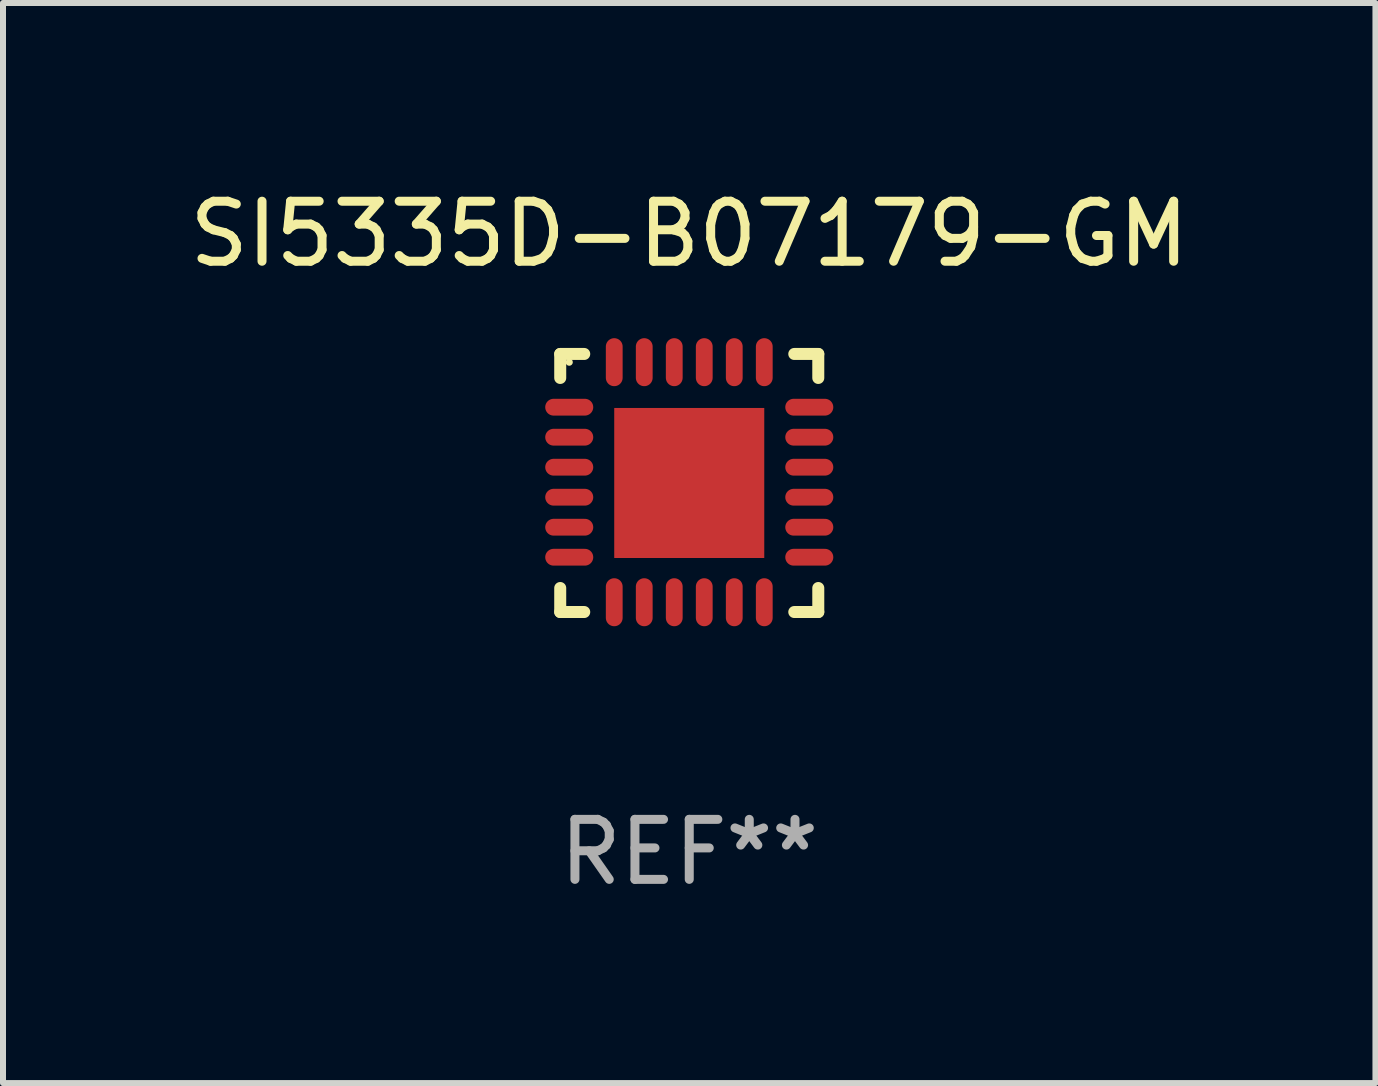
<source format=kicad_pcb>
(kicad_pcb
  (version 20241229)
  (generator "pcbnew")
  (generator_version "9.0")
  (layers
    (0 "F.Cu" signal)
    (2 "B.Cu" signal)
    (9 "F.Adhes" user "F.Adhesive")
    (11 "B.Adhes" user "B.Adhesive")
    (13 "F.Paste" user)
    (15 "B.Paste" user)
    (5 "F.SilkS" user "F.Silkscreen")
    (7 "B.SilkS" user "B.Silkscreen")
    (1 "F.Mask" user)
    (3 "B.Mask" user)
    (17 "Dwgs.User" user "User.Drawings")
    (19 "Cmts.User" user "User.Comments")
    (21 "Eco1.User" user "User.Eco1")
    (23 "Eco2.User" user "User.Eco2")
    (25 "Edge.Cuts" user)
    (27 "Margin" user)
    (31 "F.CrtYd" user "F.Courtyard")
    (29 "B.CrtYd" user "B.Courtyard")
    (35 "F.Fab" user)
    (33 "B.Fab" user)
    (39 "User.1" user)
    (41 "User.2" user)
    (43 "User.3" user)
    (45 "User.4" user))
  (footprint "SI5335D-B07179-GM"
    (layer "F.Cu")
    (at 8.435 4.998)
    (property "Reference" "SI5335D-B07179-GM" (at 0 -4.15 0) (layer "F.SilkS") (effects (font (size 1 1) (thickness 0.15))))
    (attr through_hole)
    (fp_line (start -2.15 -2.15) (end -1.75 -2.15) (stroke (width 0.2) (type solid)) (layer "F.SilkS"))
    (fp_line (start -2.15 -1.75) (end -2.15 -2.15) (stroke (width 0.2) (type solid)) (layer "F.SilkS"))
    (fp_line (start -2.15 2.15) (end -2.15 1.75) (stroke (width 0.2) (type solid)) (layer "F.SilkS"))
    (fp_line (start -1.75 2.15) (end -2.15 2.15) (stroke (width 0.2) (type solid)) (layer "F.SilkS"))
    (fp_line (start 1.75 -2.15) (end 2.15 -2.15) (stroke (width 0.2) (type solid)) (layer "F.SilkS"))
    (fp_line (start 1.75 2.15) (end 2.15 2.15) (stroke (width 0.2) (type solid)) (layer "F.SilkS"))
    (fp_line (start 2.15 -2.15) (end 2.15 -1.75) (stroke (width 0.2) (type solid)) (layer "F.SilkS"))
    (fp_line (start 2.15 2.15) (end 2.15 1.75) (stroke (width 0.2) (type solid)) (layer "F.SilkS"))
    (fp_circle (center -2 -2.013) (end -1.97 -2.013) (stroke (width 0.06) (type solid)) (fill no) (layer "F.SilkS"))
    (fp_text user "REF**" (at 0 6.15 0) (layer "F.Fab") (effects (font (size 1 1) (thickness 0.15))))
    (pad "1" smd oval (at -2 -1.263) (size 0.8 0.28) (layers "F.Cu" "F.Mask" "F.Paste"))
    (pad "2" smd oval (at -2 -0.763) (size 0.8 0.28) (layers "F.Cu" "F.Mask" "F.Paste"))
    (pad "3" smd oval (at -2 -0.263) (size 0.8 0.28) (layers "F.Cu" "F.Mask" "F.Paste"))
    (pad "4" smd oval (at -2 0.237) (size 0.8 0.28) (layers "F.Cu" "F.Mask" "F.Paste"))
    (pad "5" smd oval (at -2 0.737) (size 0.8 0.28) (layers "F.Cu" "F.Mask" "F.Paste"))
    (pad "6" smd oval (at -2 1.237) (size 0.8 0.28) (layers "F.Cu" "F.Mask" "F.Paste"))
    (pad "7" smd oval (at -1.25 1.987) (size 0.28 0.8) (layers "F.Cu" "F.Mask" "F.Paste"))
    (pad "8" smd oval (at -0.75 1.987) (size 0.28 0.8) (layers "F.Cu" "F.Mask" "F.Paste"))
    (pad "9" smd oval (at -0.25 1.987) (size 0.28 0.8) (layers "F.Cu" "F.Mask" "F.Paste"))
    (pad "10" smd oval (at 0.25 1.987) (size 0.28 0.8) (layers "F.Cu" "F.Mask" "F.Paste"))
    (pad "11" smd oval (at 0.75 1.987) (size 0.28 0.8) (layers "F.Cu" "F.Mask" "F.Paste"))
    (pad "12" smd oval (at 1.25 1.987) (size 0.28 0.8) (layers "F.Cu" "F.Mask" "F.Paste"))
    (pad "13" smd oval (at 2 1.237) (size 0.8 0.28) (layers "F.Cu" "F.Mask" "F.Paste"))
    (pad "14" smd oval (at 2 0.737) (size 0.8 0.28) (layers "F.Cu" "F.Mask" "F.Paste"))
    (pad "15" smd oval (at 2 0.237) (size 0.8 0.28) (layers "F.Cu" "F.Mask" "F.Paste"))
    (pad "16" smd oval (at 2 -0.263) (size 0.8 0.28) (layers "F.Cu" "F.Mask" "F.Paste"))
    (pad "17" smd oval (at 2 -0.763) (size 0.8 0.28) (layers "F.Cu" "F.Mask" "F.Paste"))
    (pad "18" smd oval (at 2 -1.263) (size 0.8 0.28) (layers "F.Cu" "F.Mask" "F.Paste"))
    (pad "19" smd oval (at 1.25 -2.013) (size 0.28 0.8) (layers "F.Cu" "F.Mask" "F.Paste"))
    (pad "20" smd oval (at 0.75 -2.013) (size 0.28 0.8) (layers "F.Cu" "F.Mask" "F.Paste"))
    (pad "21" smd oval (at 0.25 -2.013) (size 0.28 0.8) (layers "F.Cu" "F.Mask" "F.Paste"))
    (pad "22" smd oval (at -0.25 -2.013) (size 0.28 0.8) (layers "F.Cu" "F.Mask" "F.Paste"))
    (pad "23" smd oval (at -0.75 -2.013) (size 0.28 0.8) (layers "F.Cu" "F.Mask" "F.Paste"))
    (pad "24" smd oval (at -1.25 -2.013) (size 0.28 0.8) (layers "F.Cu" "F.Mask" "F.Paste"))
    (pad "25" smd rect (at -0.000102 -0.00014) (size 2.5 2.5) (layers "F.Cu" "F.Mask" "F.Paste")))
  (gr_rect
    (start -3 -3)
    (end 19.869 14.997)
    (stroke (width 0.1) (type default))
    (fill no)
    (layer "Edge.Cuts")))
</source>
